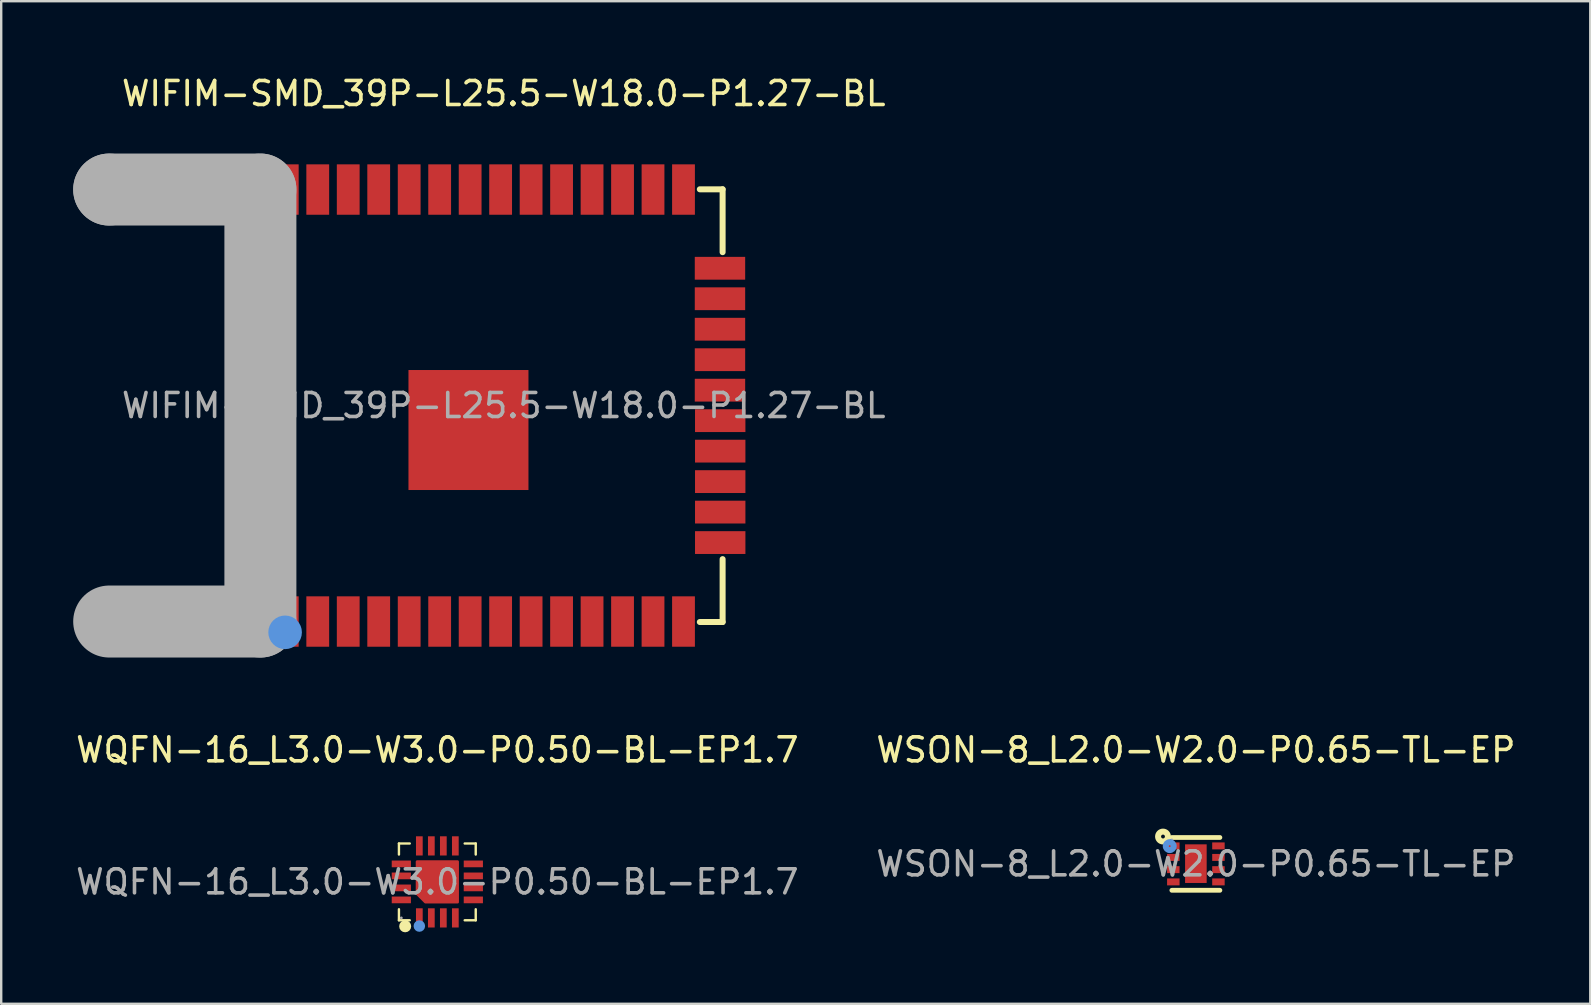
<source format=kicad_pcb>
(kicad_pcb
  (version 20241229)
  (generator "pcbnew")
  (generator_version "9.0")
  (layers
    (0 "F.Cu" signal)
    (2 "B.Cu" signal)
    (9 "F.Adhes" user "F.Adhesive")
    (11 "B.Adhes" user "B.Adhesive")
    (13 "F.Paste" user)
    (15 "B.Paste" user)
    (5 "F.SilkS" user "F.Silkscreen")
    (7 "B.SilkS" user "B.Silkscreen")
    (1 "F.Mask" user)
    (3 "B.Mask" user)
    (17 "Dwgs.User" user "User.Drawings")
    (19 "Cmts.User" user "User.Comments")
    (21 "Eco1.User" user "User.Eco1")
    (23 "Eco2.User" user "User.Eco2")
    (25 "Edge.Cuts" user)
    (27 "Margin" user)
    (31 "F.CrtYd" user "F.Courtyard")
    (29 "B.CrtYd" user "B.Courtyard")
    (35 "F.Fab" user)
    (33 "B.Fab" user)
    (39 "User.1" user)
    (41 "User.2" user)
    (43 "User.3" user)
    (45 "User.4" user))
  (footprint "WSON-8_L2.0-W2.0-P0.65-TL-EP"
    (layer "F.Cu")
    (at 46.78 32.947)
    (property "Reference" "WSON-8_L2.0-W2.0-P0.65-TL-EP" (at 0 -4.75 0) (layer "F.SilkS") (effects (font (size 1 1) (thickness 0.15))))
    (attr smd)
    (fp_line (start -1 1.1) (end 1 1.1) (stroke (width 0.2) (type solid)) (layer "F.SilkS"))
    (fp_line (start 1 -1.1) (end -1 -1.1) (stroke (width 0.2) (type solid)) (layer "F.SilkS"))
    (fp_circle (center -1.37 -1.14) (end -1.29 -1.14) (stroke (width 0.25) (type solid)) (fill no) (layer "F.SilkS"))
    (fp_circle (center -1.09 -0.74) (end -1.05 -0.74) (stroke (width 0.25) (type solid)) (fill no) (layer "Cmts.User"))
    (fp_circle (center -1 -1) (end -0.97 -1) (stroke (width 0.06) (type solid)) (fill no) (layer "F.Fab"))
    (fp_text user "${REFERENCE}" (at 0 0 0) (layer "F.Fab") (effects (font (size 1 1) (thickness 0.15))))
    (pad "1" smd rect (at -0.94 -0.75 90) (size 0.29 0.52) (layers "F.Cu" "F.Mask" "F.Paste"))
    (pad "2" smd rect (at -0.94 -0.27 90) (size 0.29 0.52) (layers "F.Cu" "F.Mask" "F.Paste"))
    (pad "3" smd rect (at -0.94 0.24 90) (size 0.29 0.52) (layers "F.Cu" "F.Mask" "F.Paste"))
    (pad "4" smd rect (at -0.94 0.75 90) (size 0.29 0.52) (layers "F.Cu" "F.Mask" "F.Paste"))
    (pad "5" smd rect (at 0.94 0.75 90) (size 0.29 0.52) (layers "F.Cu" "F.Mask" "F.Paste"))
    (pad "6" smd rect (at 0.94 0.24 90) (size 0.29 0.52) (layers "F.Cu" "F.Mask" "F.Paste"))
    (pad "7" smd rect (at 0.94 -0.27 90) (size 0.29 0.52) (layers "F.Cu" "F.Mask" "F.Paste"))
    (pad "8" smd rect (at 0.94 -0.75 90) (size 0.29 0.52) (layers "F.Cu" "F.Mask" "F.Paste"))
    (pad "9" smd rect (at 0 -0.01) (size 0.9 1.61) (layers "F.Cu" "F.Mask" "F.Paste")))
  (footprint "WQFN-16_L3.0-W3.0-P0.50-BL-EP1.7"
    (layer "F.Cu")
    (at 15.173 33.697)
    (property "Reference" "WQFN-16_L3.0-W3.0-P0.50-BL-EP1.7" (at 0 -5.5 0) (layer "F.SilkS") (effects (font (size 1 1) (thickness 0.15))))
    (attr smd)
    (fp_line (start -1.6 -1.6) (end -1.6 -1.14) (stroke (width 0.1) (type solid)) (layer "F.SilkS"))
    (fp_line (start -1.6 -1.6) (end -1.15 -1.6) (stroke (width 0.1) (type solid)) (layer "F.SilkS"))
    (fp_line (start -1.6 1.14) (end -1.6 1.6) (stroke (width 0.1) (type solid)) (layer "F.SilkS"))
    (fp_line (start -1.6 1.6) (end -1.15 1.6) (stroke (width 0.1) (type solid)) (layer "F.SilkS"))
    (fp_line (start 1.14 -1.6) (end 1.6 -1.6) (stroke (width 0.1) (type solid)) (layer "F.SilkS"))
    (fp_line (start 1.14 1.6) (end 1.6 1.6) (stroke (width 0.1) (type solid)) (layer "F.SilkS"))
    (fp_line (start 1.6 -1.14) (end 1.6 -1.6) (stroke (width 0.1) (type solid)) (layer "F.SilkS"))
    (fp_line (start 1.6 1.6) (end 1.6 1.14) (stroke (width 0.1) (type solid)) (layer "F.SilkS"))
    (fp_arc (start -1.34 1.85) (mid -1.34 1.85) (end -1.34 1.85) (stroke (width 0.25) (type solid)) (layer "F.SilkS"))
    (fp_circle (center -0.75 1.84) (end -0.63 1.84) (stroke (width 0.24) (type solid)) (fill no) (layer "Cmts.User"))
    (fp_circle (center -1.5 1.5) (end -1.47 1.5) (stroke (width 0.06) (type solid)) (fill no) (layer "F.Fab"))
    (fp_text user "${REFERENCE}" (at 0 0 0) (layer "F.Fab") (effects (font (size 1 1) (thickness 0.15))))
    (pad "1" smd rect (at -0.75 1.5) (size 0.28 0.8) (layers "F.Cu" "F.Mask" "F.Paste"))
    (pad "2" smd rect (at -0.25 1.5) (size 0.28 0.8) (layers "F.Cu" "F.Mask" "F.Paste"))
    (pad "3" smd rect (at 0.25 1.5) (size 0.28 0.8) (layers "F.Cu" "F.Mask" "F.Paste"))
    (pad "4" smd rect (at 0.75 1.5) (size 0.28 0.8) (layers "F.Cu" "F.Mask" "F.Paste"))
    (pad "5" smd rect (at 1.5 0.75) (size 0.8 0.28) (layers "F.Cu" "F.Mask" "F.Paste"))
    (pad "6" smd rect (at 1.5 0.25) (size 0.8 0.28) (layers "F.Cu" "F.Mask" "F.Paste"))
    (pad "7" smd rect (at 1.5 -0.25) (size 0.8 0.28) (layers "F.Cu" "F.Mask" "F.Paste"))
    (pad "8" smd rect (at 1.5 -0.75) (size 0.8 0.28) (layers "F.Cu" "F.Mask" "F.Paste"))
    (pad "9" smd rect (at 0.75 -1.5) (size 0.28 0.8) (layers "F.Cu" "F.Mask" "F.Paste"))
    (pad "10" smd rect (at 0.25 -1.5) (size 0.28 0.8) (layers "F.Cu" "F.Mask" "F.Paste"))
    (pad "11" smd rect (at -0.25 -1.5) (size 0.28 0.8) (layers "F.Cu" "F.Mask" "F.Paste"))
    (pad "12" smd rect (at -0.75 -1.5) (size 0.28 0.8) (layers "F.Cu" "F.Mask" "F.Paste"))
    (pad "13" smd rect (at -1.5 -0.75) (size 0.8 0.28) (layers "F.Cu" "F.Mask" "F.Paste"))
    (pad "14" smd rect (at -1.5 -0.25) (size 0.8 0.28) (layers "F.Cu" "F.Mask" "F.Paste"))
    (pad "15" smd rect (at -1.5 0.25) (size 0.8 0.28) (layers "F.Cu" "F.Mask" "F.Paste"))
    (pad "16" smd rect (at -1.5 0.75) (size 0.8 0.28) (layers "F.Cu" "F.Mask" "F.Paste"))
    (pad "17" smd custom (at 0 0) (size 1 1) (layers "F.Cu" "F.Mask" "F.Paste") (options (anchor circle)) (primitives (gr_poly (pts (xy -0.85 -0.85) (xy 0.85 -0.85) (xy 0.85 0.85) (xy -0.5 0.85) (xy -0.85 0.5)) (width 0.1) (fill yes)))))
  (footprint "WIFIM-SMD_39P-L25.5-W18.0-P1.27-BL"
    (layer "F.Cu")
    (at 17.94 13.848)
    (property "Reference" "WIFIM-SMD_39P-L25.5-W18.0-P1.27-BL" (at 0 -13 0) (layer "F.SilkS") (effects (font (size 1 1) (thickness 0.15))))
    (attr smd)
    (fp_line (start -10.16 -9.01) (end -10.16 9.02) (stroke (width 0.25) (type solid)) (layer "F.SilkS"))
    (fp_line (start -10.16 9.02) (end -9.7 9.02) (stroke (width 0.25) (type solid)) (layer "F.SilkS"))
    (fp_line (start -9.7 -9.01) (end -10.16 -9.01) (stroke (width 0.25) (type solid)) (layer "F.SilkS"))
    (fp_line (start 8.17 9.02) (end 9.12 9.02) (stroke (width 0.25) (type solid)) (layer "F.SilkS"))
    (fp_line (start 9.12 -9.01) (end 8.17 -9.01) (stroke (width 0.25) (type solid)) (layer "F.SilkS"))
    (fp_line (start 9.12 -6.39) (end 9.12 -9.01) (stroke (width 0.25) (type solid)) (layer "F.SilkS"))
    (fp_line (start 9.12 9.02) (end 9.12 6.4) (stroke (width 0.25) (type solid)) (layer "F.SilkS"))
    (fp_circle (center -9.11 9.45) (end -8.76 9.45) (stroke (width 0.7) (type solid)) (fill no) (layer "Cmts.User"))
    (fp_line (start -16.44 -9) (end -16.44 -9) (stroke (width 3) (type solid)) (layer "F.Fab"))
    (fp_line (start -16.44 -9) (end -10.14 -9) (stroke (width 3) (type solid)) (layer "F.Fab"))
    (fp_line (start -10.14 -9) (end -10.14 9) (stroke (width 3) (type solid)) (layer "F.Fab"))
    (fp_line (start -10.14 9) (end -16.44 9) (stroke (width 3) (type solid)) (layer "F.Fab"))
    (fp_circle (center -16.5 9) (end -16.47 9) (stroke (width 0.06) (type solid)) (fill no) (layer "F.Fab"))
    (fp_text user "${REFERENCE}" (at 0 0 0) (layer "F.Fab") (effects (font (size 1 1) (thickness 0.15))))
    (pad "1" smd rect (at -9.02 9) (size 0.95 2.1) (layers "F.Cu" "F.Mask" "F.Paste"))
    (pad "2" smd rect (at -7.75 9) (size 0.95 2.1) (layers "F.Cu" "F.Mask" "F.Paste"))
    (pad "3" smd rect (at -6.48 9) (size 0.95 2.1) (layers "F.Cu" "F.Mask" "F.Paste"))
    (pad "4" smd rect (at -5.21 9) (size 0.95 2.1) (layers "F.Cu" "F.Mask" "F.Paste"))
    (pad "5" smd rect (at -3.94 9) (size 0.95 2.1) (layers "F.Cu" "F.Mask" "F.Paste"))
    (pad "6" smd rect (at -2.67 9) (size 0.95 2.1) (layers "F.Cu" "F.Mask" "F.Paste"))
    (pad "7" smd rect (at -1.4 9) (size 0.95 2.1) (layers "F.Cu" "F.Mask" "F.Paste"))
    (pad "8" smd rect (at -0.13 9) (size 0.95 2.1) (layers "F.Cu" "F.Mask" "F.Paste"))
    (pad "9" smd rect (at 1.14 9) (size 0.95 2.1) (layers "F.Cu" "F.Mask" "F.Paste"))
    (pad "10" smd rect (at 2.41 9) (size 0.95 2.1) (layers "F.Cu" "F.Mask" "F.Paste"))
    (pad "11" smd rect (at 3.68 9) (size 0.95 2.1) (layers "F.Cu" "F.Mask" "F.Paste"))
    (pad "12" smd rect (at 4.95 9) (size 0.95 2.1) (layers "F.Cu" "F.Mask" "F.Paste"))
    (pad "13" smd rect (at 6.22 9) (size 0.95 2.1) (layers "F.Cu" "F.Mask" "F.Paste"))
    (pad "14" smd rect (at 7.49 9) (size 0.95 2.1) (layers "F.Cu" "F.Mask" "F.Paste"))
    (pad "15" smd rect (at 9.02 5.71) (size 2.1 0.95) (layers "F.Cu" "F.Mask" "F.Paste"))
    (pad "16" smd rect (at 9.02 4.44) (size 2.1 0.95) (layers "F.Cu" "F.Mask" "F.Paste"))
    (pad "17" smd rect (at 9.02 3.17) (size 2.1 0.95) (layers "F.Cu" "F.Mask" "F.Paste"))
    (pad "18" smd rect (at 9.02 1.9) (size 2.1 0.95) (layers "F.Cu" "F.Mask" "F.Paste"))
    (pad "19" smd rect (at 9.02 0.63) (size 2.1 0.95) (layers "F.Cu" "F.Mask" "F.Paste"))
    (pad "20" smd rect (at 9.01 -0.64) (size 2.1 0.95) (layers "F.Cu" "F.Mask" "F.Paste"))
    (pad "21" smd rect (at 9.01 -1.91) (size 2.1 0.95) (layers "F.Cu" "F.Mask" "F.Paste"))
    (pad "22" smd rect (at 9.01 -3.18) (size 2.1 0.95) (layers "F.Cu" "F.Mask" "F.Paste"))
    (pad "23" smd rect (at 9.01 -4.45) (size 2.1 0.95) (layers "F.Cu" "F.Mask" "F.Paste"))
    (pad "24" smd rect (at 9.01 -5.72) (size 2.1 0.95) (layers "F.Cu" "F.Mask" "F.Paste"))
    (pad "25" smd rect (at 7.49 -9) (size 0.95 2.1) (layers "F.Cu" "F.Mask" "F.Paste"))
    (pad "26" smd rect (at 6.22 -9) (size 0.95 2.1) (layers "F.Cu" "F.Mask" "F.Paste"))
    (pad "27" smd rect (at 4.95 -9) (size 0.95 2.1) (layers "F.Cu" "F.Mask" "F.Paste"))
    (pad "28" smd rect (at 3.68 -9) (size 0.95 2.1) (layers "F.Cu" "F.Mask" "F.Paste"))
    (pad "29" smd rect (at 2.41 -9) (size 0.95 2.1) (layers "F.Cu" "F.Mask" "F.Paste"))
    (pad "30" smd rect (at 1.14 -9) (size 0.95 2.1) (layers "F.Cu" "F.Mask" "F.Paste"))
    (pad "31" smd rect (at -0.13 -9) (size 0.95 2.1) (layers "F.Cu" "F.Mask" "F.Paste"))
    (pad "32" smd rect (at -1.4 -9) (size 0.95 2.1) (layers "F.Cu" "F.Mask" "F.Paste"))
    (pad "33" smd rect (at -2.67 -9) (size 0.95 2.1) (layers "F.Cu" "F.Mask" "F.Paste"))
    (pad "34" smd rect (at -3.94 -9) (size 0.95 2.1) (layers "F.Cu" "F.Mask" "F.Paste"))
    (pad "35" smd rect (at -5.21 -9) (size 0.95 2.1) (layers "F.Cu" "F.Mask" "F.Paste"))
    (pad "36" smd rect (at -6.48 -9) (size 0.95 2.1) (layers "F.Cu" "F.Mask" "F.Paste"))
    (pad "37" smd rect (at -7.75 -9) (size 0.95 2.1) (layers "F.Cu" "F.Mask" "F.Paste"))
    (pad "38" smd rect (at -9.02 -9) (size 0.95 2.1) (layers "F.Cu" "F.Mask" "F.Paste"))
    (pad "39" smd rect (at -1.47 1.02 90) (size 5 5) (layers "F.Cu" "F.Mask" "F.Paste")))
  (gr_rect
    (start -3 -3)
    (end 63.214 38.776)
    (stroke (width 0.1) (type default))
    (fill no)
    (layer "Edge.Cuts")))
</source>
